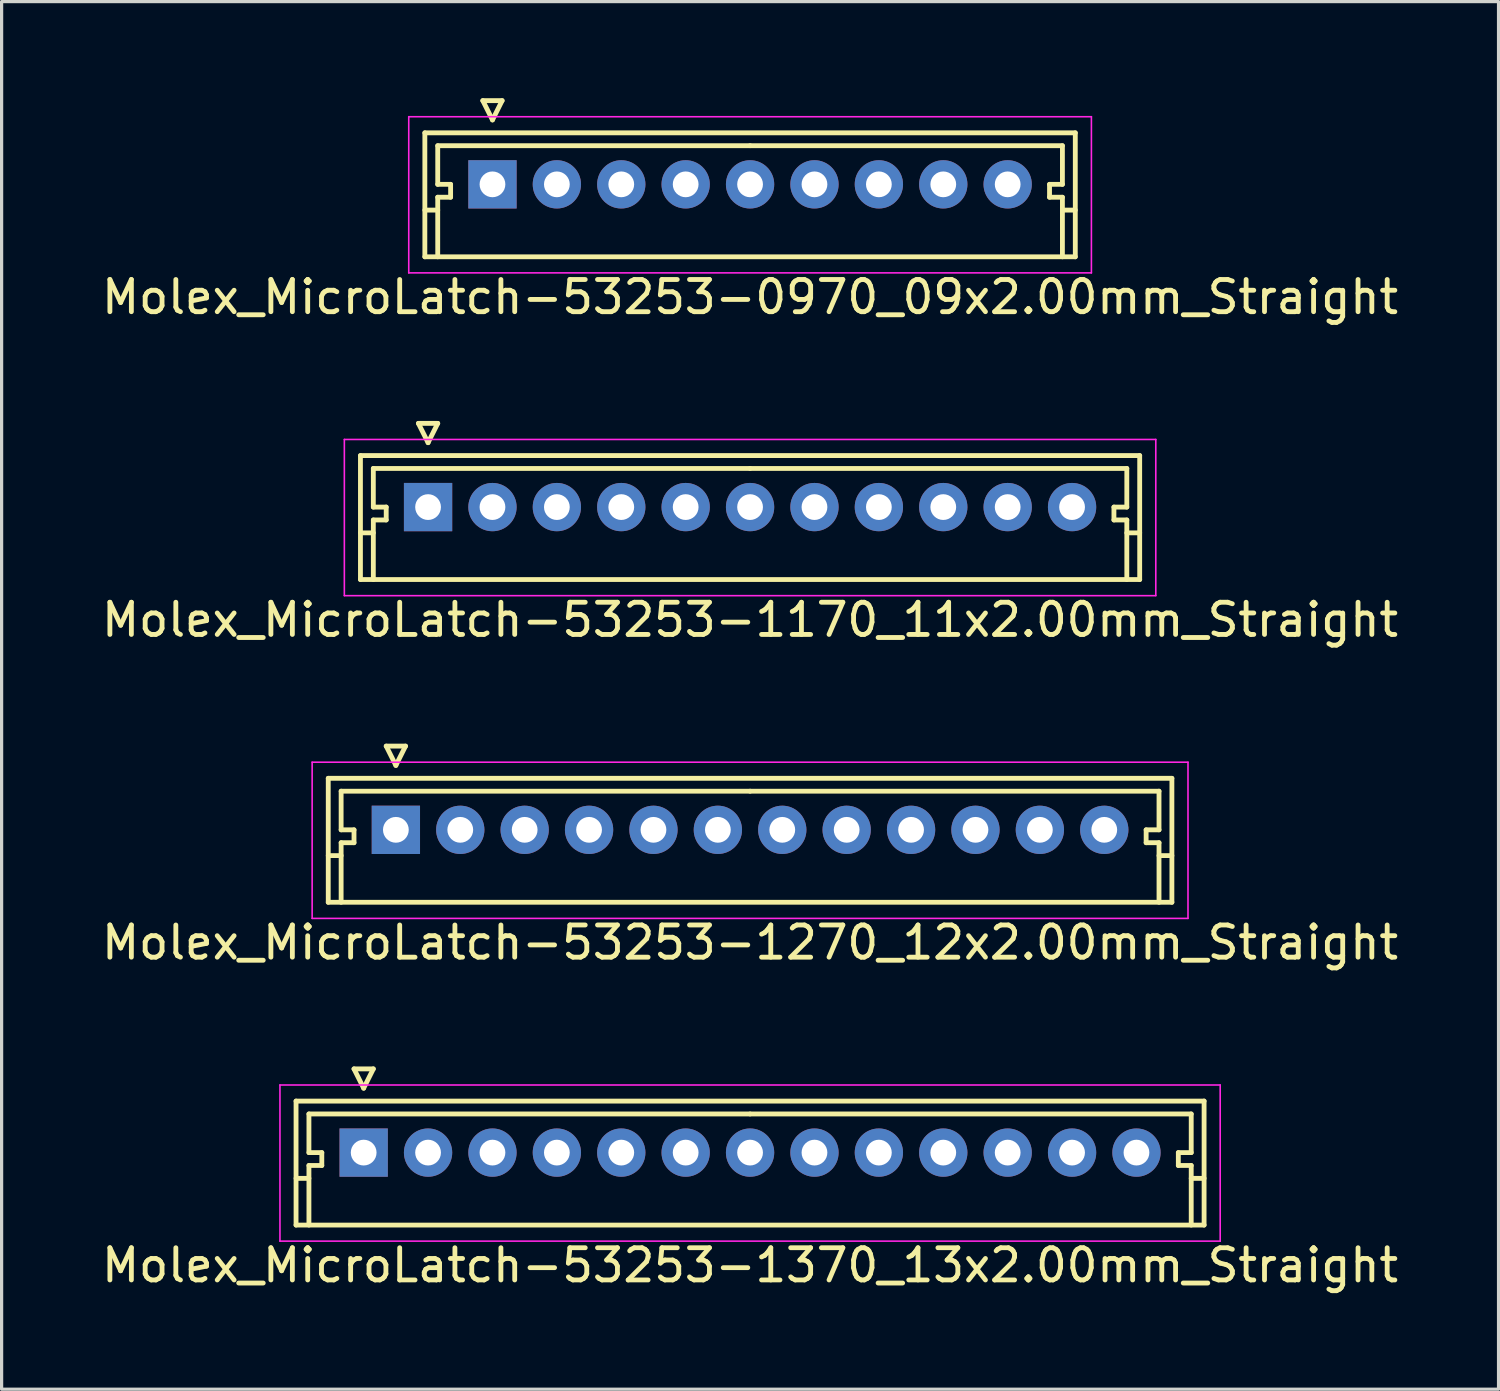
<source format=kicad_pcb>
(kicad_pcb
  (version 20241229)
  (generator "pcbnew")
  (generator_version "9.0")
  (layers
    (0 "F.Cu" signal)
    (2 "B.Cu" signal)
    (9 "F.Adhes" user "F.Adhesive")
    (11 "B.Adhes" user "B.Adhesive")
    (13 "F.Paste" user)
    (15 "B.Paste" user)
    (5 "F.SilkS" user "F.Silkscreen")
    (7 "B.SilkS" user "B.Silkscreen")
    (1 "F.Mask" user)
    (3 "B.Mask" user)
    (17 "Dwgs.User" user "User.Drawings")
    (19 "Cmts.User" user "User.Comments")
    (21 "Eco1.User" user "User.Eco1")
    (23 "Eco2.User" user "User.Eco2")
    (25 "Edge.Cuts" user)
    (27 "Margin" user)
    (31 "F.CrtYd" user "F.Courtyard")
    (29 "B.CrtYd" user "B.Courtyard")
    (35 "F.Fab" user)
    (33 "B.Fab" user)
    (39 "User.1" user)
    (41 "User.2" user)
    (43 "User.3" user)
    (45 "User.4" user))
  (footprint "Molex_MicroLatch-53253-1270_12x2.00mm_Straight"
    (layer "F.Cu")
    (at 9.244 22.721)
    (property "Reference" "Molex_MicroLatch-53253-1270_12x2.00mm_Straight" (at 11 3.5 0) (layer "F.SilkS") (effects (font (size 1 1) (thickness 0.15))))
    (attr through_hole)
    (fp_line (start -2.1 -1.6) (end -2.1 2.25) (stroke (width 0.15) (type solid)) (layer "F.SilkS"))
    (fp_line (start -2.1 0.8) (end -1.7 0.8) (stroke (width 0.15) (type solid)) (layer "F.SilkS"))
    (fp_line (start -2.1 2.25) (end 24.1 2.25) (stroke (width 0.15) (type solid)) (layer "F.SilkS"))
    (fp_line (start -1.7 -1.2) (end -1.7 0) (stroke (width 0.15) (type solid)) (layer "F.SilkS"))
    (fp_line (start -1.7 0) (end -1.3 0) (stroke (width 0.15) (type solid)) (layer "F.SilkS"))
    (fp_line (start -1.7 0.4) (end -1.7 2.25) (stroke (width 0.15) (type solid)) (layer "F.SilkS"))
    (fp_line (start -1.3 0) (end -1.3 0.4) (stroke (width 0.15) (type solid)) (layer "F.SilkS"))
    (fp_line (start -1.3 0.4) (end -1.7 0.4) (stroke (width 0.15) (type solid)) (layer "F.SilkS"))
    (fp_line (start -0.3 -2.6) (end 0.3 -2.6) (stroke (width 0.15) (type solid)) (layer "F.SilkS"))
    (fp_line (start 0 -2) (end -0.3 -2.6) (stroke (width 0.15) (type solid)) (layer "F.SilkS"))
    (fp_line (start 0.3 -2.6) (end 0 -2) (stroke (width 0.15) (type solid)) (layer "F.SilkS"))
    (fp_line (start 11 -1.2) (end -1.7 -1.2) (stroke (width 0.15) (type solid)) (layer "F.SilkS"))
    (fp_line (start 11 -1.2) (end 23.7 -1.2) (stroke (width 0.15) (type solid)) (layer "F.SilkS"))
    (fp_line (start 23.3 0) (end 23.3 0.4) (stroke (width 0.15) (type solid)) (layer "F.SilkS"))
    (fp_line (start 23.3 0.4) (end 23.7 0.4) (stroke (width 0.15) (type solid)) (layer "F.SilkS"))
    (fp_line (start 23.7 -1.2) (end 23.7 0) (stroke (width 0.15) (type solid)) (layer "F.SilkS"))
    (fp_line (start 23.7 0) (end 23.3 0) (stroke (width 0.15) (type solid)) (layer "F.SilkS"))
    (fp_line (start 23.7 0.4) (end 23.7 2.25) (stroke (width 0.15) (type solid)) (layer "F.SilkS"))
    (fp_line (start 24.1 -1.6) (end -2.1 -1.6) (stroke (width 0.15) (type solid)) (layer "F.SilkS"))
    (fp_line (start 24.1 0.8) (end 23.7 0.8) (stroke (width 0.15) (type solid)) (layer "F.SilkS"))
    (fp_line (start 24.1 2.25) (end 24.1 -1.6) (stroke (width 0.15) (type solid)) (layer "F.SilkS"))
    (fp_line (start -2.6 -2.1) (end -2.6 2.75) (stroke (width 0.05) (type solid)) (layer "F.CrtYd"))
    (fp_line (start -2.6 2.75) (end 24.6 2.75) (stroke (width 0.05) (type solid)) (layer "F.CrtYd"))
    (fp_line (start 24.6 -2.1) (end -2.6 -2.1) (stroke (width 0.05) (type solid)) (layer "F.CrtYd"))
    (fp_line (start 24.6 2.75) (end 24.6 -2.1) (stroke (width 0.05) (type solid)) (layer "F.CrtYd"))
    (pad "1" thru_hole rect (at 0 0) (size 1.5 1.5) (drill 0.8) (layers "*.Cu" "*.Mask"))
    (pad "2" thru_hole circle (at 2 0) (size 1.5 1.5) (drill 0.8) (layers "*.Cu" "*.Mask"))
    (pad "3" thru_hole circle (at 4 0) (size 1.5 1.5) (drill 0.8) (layers "*.Cu" "*.Mask"))
    (pad "4" thru_hole circle (at 6 0) (size 1.5 1.5) (drill 0.8) (layers "*.Cu" "*.Mask"))
    (pad "5" thru_hole circle (at 8 0) (size 1.5 1.5) (drill 0.8) (layers "*.Cu" "*.Mask"))
    (pad "6" thru_hole circle (at 10 0) (size 1.5 1.5) (drill 0.8) (layers "*.Cu" "*.Mask"))
    (pad "7" thru_hole circle (at 12 0) (size 1.5 1.5) (drill 0.8) (layers "*.Cu" "*.Mask"))
    (pad "8" thru_hole circle (at 14 0) (size 1.5 1.5) (drill 0.8) (layers "*.Cu" "*.Mask"))
    (pad "9" thru_hole circle (at 16 0) (size 1.5 1.5) (drill 0.8) (layers "*.Cu" "*.Mask"))
    (pad "10" thru_hole circle (at 18 0) (size 1.5 1.5) (drill 0.8) (layers "*.Cu" "*.Mask"))
    (pad "11" thru_hole circle (at 20 0) (size 1.5 1.5) (drill 0.8) (layers "*.Cu" "*.Mask"))
    (pad "12" thru_hole circle (at 22 0) (size 1.5 1.5) (drill 0.8) (layers "*.Cu" "*.Mask")))
  (footprint "Molex_MicroLatch-53253-1170_11x2.00mm_Straight"
    (layer "F.Cu")
    (at 10.244 12.698)
    (property "Reference" "Molex_MicroLatch-53253-1170_11x2.00mm_Straight" (at 10 3.5 0) (layer "F.SilkS") (effects (font (size 1 1) (thickness 0.15))))
    (attr through_hole)
    (fp_line (start -2.1 -1.6) (end -2.1 2.25) (stroke (width 0.15) (type solid)) (layer "F.SilkS"))
    (fp_line (start -2.1 0.8) (end -1.7 0.8) (stroke (width 0.15) (type solid)) (layer "F.SilkS"))
    (fp_line (start -2.1 2.25) (end 22.1 2.25) (stroke (width 0.15) (type solid)) (layer "F.SilkS"))
    (fp_line (start -1.7 -1.2) (end -1.7 0) (stroke (width 0.15) (type solid)) (layer "F.SilkS"))
    (fp_line (start -1.7 0) (end -1.3 0) (stroke (width 0.15) (type solid)) (layer "F.SilkS"))
    (fp_line (start -1.7 0.4) (end -1.7 2.25) (stroke (width 0.15) (type solid)) (layer "F.SilkS"))
    (fp_line (start -1.3 0) (end -1.3 0.4) (stroke (width 0.15) (type solid)) (layer "F.SilkS"))
    (fp_line (start -1.3 0.4) (end -1.7 0.4) (stroke (width 0.15) (type solid)) (layer "F.SilkS"))
    (fp_line (start -0.3 -2.6) (end 0.3 -2.6) (stroke (width 0.15) (type solid)) (layer "F.SilkS"))
    (fp_line (start 0 -2) (end -0.3 -2.6) (stroke (width 0.15) (type solid)) (layer "F.SilkS"))
    (fp_line (start 0.3 -2.6) (end 0 -2) (stroke (width 0.15) (type solid)) (layer "F.SilkS"))
    (fp_line (start 10 -1.2) (end -1.7 -1.2) (stroke (width 0.15) (type solid)) (layer "F.SilkS"))
    (fp_line (start 10 -1.2) (end 21.7 -1.2) (stroke (width 0.15) (type solid)) (layer "F.SilkS"))
    (fp_line (start 21.3 0) (end 21.3 0.4) (stroke (width 0.15) (type solid)) (layer "F.SilkS"))
    (fp_line (start 21.3 0.4) (end 21.7 0.4) (stroke (width 0.15) (type solid)) (layer "F.SilkS"))
    (fp_line (start 21.7 -1.2) (end 21.7 0) (stroke (width 0.15) (type solid)) (layer "F.SilkS"))
    (fp_line (start 21.7 0) (end 21.3 0) (stroke (width 0.15) (type solid)) (layer "F.SilkS"))
    (fp_line (start 21.7 0.4) (end 21.7 2.25) (stroke (width 0.15) (type solid)) (layer "F.SilkS"))
    (fp_line (start 22.1 -1.6) (end -2.1 -1.6) (stroke (width 0.15) (type solid)) (layer "F.SilkS"))
    (fp_line (start 22.1 0.8) (end 21.7 0.8) (stroke (width 0.15) (type solid)) (layer "F.SilkS"))
    (fp_line (start 22.1 2.25) (end 22.1 -1.6) (stroke (width 0.15) (type solid)) (layer "F.SilkS"))
    (fp_line (start -2.6 -2.1) (end -2.6 2.75) (stroke (width 0.05) (type solid)) (layer "F.CrtYd"))
    (fp_line (start -2.6 2.75) (end 22.6 2.75) (stroke (width 0.05) (type solid)) (layer "F.CrtYd"))
    (fp_line (start 22.6 -2.1) (end -2.6 -2.1) (stroke (width 0.05) (type solid)) (layer "F.CrtYd"))
    (fp_line (start 22.6 2.75) (end 22.6 -2.1) (stroke (width 0.05) (type solid)) (layer "F.CrtYd"))
    (pad "1" thru_hole rect (at 0 0) (size 1.5 1.5) (drill 0.8) (layers "*.Cu" "*.Mask"))
    (pad "2" thru_hole circle (at 2 0) (size 1.5 1.5) (drill 0.8) (layers "*.Cu" "*.Mask"))
    (pad "3" thru_hole circle (at 4 0) (size 1.5 1.5) (drill 0.8) (layers "*.Cu" "*.Mask"))
    (pad "4" thru_hole circle (at 6 0) (size 1.5 1.5) (drill 0.8) (layers "*.Cu" "*.Mask"))
    (pad "5" thru_hole circle (at 8 0) (size 1.5 1.5) (drill 0.8) (layers "*.Cu" "*.Mask"))
    (pad "6" thru_hole circle (at 10 0) (size 1.5 1.5) (drill 0.8) (layers "*.Cu" "*.Mask"))
    (pad "7" thru_hole circle (at 12 0) (size 1.5 1.5) (drill 0.8) (layers "*.Cu" "*.Mask"))
    (pad "8" thru_hole circle (at 14 0) (size 1.5 1.5) (drill 0.8) (layers "*.Cu" "*.Mask"))
    (pad "9" thru_hole circle (at 16 0) (size 1.5 1.5) (drill 0.8) (layers "*.Cu" "*.Mask"))
    (pad "10" thru_hole circle (at 18 0) (size 1.5 1.5) (drill 0.8) (layers "*.Cu" "*.Mask"))
    (pad "11" thru_hole circle (at 20 0) (size 1.5 1.5) (drill 0.8) (layers "*.Cu" "*.Mask")))
  (footprint "Molex_MicroLatch-53253-1370_13x2.00mm_Straight"
    (layer "F.Cu")
    (at 8.244 32.745)
    (property "Reference" "Molex_MicroLatch-53253-1370_13x2.00mm_Straight" (at 12 3.5 0) (layer "F.SilkS") (effects (font (size 1 1) (thickness 0.15))))
    (attr through_hole)
    (fp_line (start -2.1 -1.6) (end -2.1 2.25) (stroke (width 0.15) (type solid)) (layer "F.SilkS"))
    (fp_line (start -2.1 0.8) (end -1.7 0.8) (stroke (width 0.15) (type solid)) (layer "F.SilkS"))
    (fp_line (start -2.1 2.25) (end 26.1 2.25) (stroke (width 0.15) (type solid)) (layer "F.SilkS"))
    (fp_line (start -1.7 -1.2) (end -1.7 0) (stroke (width 0.15) (type solid)) (layer "F.SilkS"))
    (fp_line (start -1.7 0) (end -1.3 0) (stroke (width 0.15) (type solid)) (layer "F.SilkS"))
    (fp_line (start -1.7 0.4) (end -1.7 2.25) (stroke (width 0.15) (type solid)) (layer "F.SilkS"))
    (fp_line (start -1.3 0) (end -1.3 0.4) (stroke (width 0.15) (type solid)) (layer "F.SilkS"))
    (fp_line (start -1.3 0.4) (end -1.7 0.4) (stroke (width 0.15) (type solid)) (layer "F.SilkS"))
    (fp_line (start -0.3 -2.6) (end 0.3 -2.6) (stroke (width 0.15) (type solid)) (layer "F.SilkS"))
    (fp_line (start 0 -2) (end -0.3 -2.6) (stroke (width 0.15) (type solid)) (layer "F.SilkS"))
    (fp_line (start 0.3 -2.6) (end 0 -2) (stroke (width 0.15) (type solid)) (layer "F.SilkS"))
    (fp_line (start 12 -1.2) (end -1.7 -1.2) (stroke (width 0.15) (type solid)) (layer "F.SilkS"))
    (fp_line (start 12 -1.2) (end 25.7 -1.2) (stroke (width 0.15) (type solid)) (layer "F.SilkS"))
    (fp_line (start 25.3 0) (end 25.3 0.4) (stroke (width 0.15) (type solid)) (layer "F.SilkS"))
    (fp_line (start 25.3 0.4) (end 25.7 0.4) (stroke (width 0.15) (type solid)) (layer "F.SilkS"))
    (fp_line (start 25.7 -1.2) (end 25.7 0) (stroke (width 0.15) (type solid)) (layer "F.SilkS"))
    (fp_line (start 25.7 0) (end 25.3 0) (stroke (width 0.15) (type solid)) (layer "F.SilkS"))
    (fp_line (start 25.7 0.4) (end 25.7 2.25) (stroke (width 0.15) (type solid)) (layer "F.SilkS"))
    (fp_line (start 26.1 -1.6) (end -2.1 -1.6) (stroke (width 0.15) (type solid)) (layer "F.SilkS"))
    (fp_line (start 26.1 0.8) (end 25.7 0.8) (stroke (width 0.15) (type solid)) (layer "F.SilkS"))
    (fp_line (start 26.1 2.25) (end 26.1 -1.6) (stroke (width 0.15) (type solid)) (layer "F.SilkS"))
    (fp_line (start -2.6 -2.1) (end -2.6 2.75) (stroke (width 0.05) (type solid)) (layer "F.CrtYd"))
    (fp_line (start -2.6 2.75) (end 26.6 2.75) (stroke (width 0.05) (type solid)) (layer "F.CrtYd"))
    (fp_line (start 26.6 -2.1) (end -2.6 -2.1) (stroke (width 0.05) (type solid)) (layer "F.CrtYd"))
    (fp_line (start 26.6 2.75) (end 26.6 -2.1) (stroke (width 0.05) (type solid)) (layer "F.CrtYd"))
    (pad "1" thru_hole rect (at 0 0) (size 1.5 1.5) (drill 0.8) (layers "*.Cu" "*.Mask"))
    (pad "2" thru_hole circle (at 2 0) (size 1.5 1.5) (drill 0.8) (layers "*.Cu" "*.Mask"))
    (pad "3" thru_hole circle (at 4 0) (size 1.5 1.5) (drill 0.8) (layers "*.Cu" "*.Mask"))
    (pad "4" thru_hole circle (at 6 0) (size 1.5 1.5) (drill 0.8) (layers "*.Cu" "*.Mask"))
    (pad "5" thru_hole circle (at 8 0) (size 1.5 1.5) (drill 0.8) (layers "*.Cu" "*.Mask"))
    (pad "6" thru_hole circle (at 10 0) (size 1.5 1.5) (drill 0.8) (layers "*.Cu" "*.Mask"))
    (pad "7" thru_hole circle (at 12 0) (size 1.5 1.5) (drill 0.8) (layers "*.Cu" "*.Mask"))
    (pad "8" thru_hole circle (at 14 0) (size 1.5 1.5) (drill 0.8) (layers "*.Cu" "*.Mask"))
    (pad "9" thru_hole circle (at 16 0) (size 1.5 1.5) (drill 0.8) (layers "*.Cu" "*.Mask"))
    (pad "10" thru_hole circle (at 18 0) (size 1.5 1.5) (drill 0.8) (layers "*.Cu" "*.Mask"))
    (pad "11" thru_hole circle (at 20 0) (size 1.5 1.5) (drill 0.8) (layers "*.Cu" "*.Mask"))
    (pad "12" thru_hole circle (at 22 0) (size 1.5 1.5) (drill 0.8) (layers "*.Cu" "*.Mask"))
    (pad "13" thru_hole circle (at 24 0) (size 1.5 1.5) (drill 0.8) (layers "*.Cu" "*.Mask")))
  (footprint "Molex_MicroLatch-53253-0970_09x2.00mm_Straight"
    (layer "F.Cu")
    (at 12.244 2.675)
    (property "Reference" "Molex_MicroLatch-53253-0970_09x2.00mm_Straight" (at 8 3.5 0) (layer "F.SilkS") (effects (font (size 1 1) (thickness 0.15))))
    (attr through_hole)
    (fp_line (start -2.1 -1.6) (end -2.1 2.25) (stroke (width 0.15) (type solid)) (layer "F.SilkS"))
    (fp_line (start -2.1 0.8) (end -1.7 0.8) (stroke (width 0.15) (type solid)) (layer "F.SilkS"))
    (fp_line (start -2.1 2.25) (end 18.1 2.25) (stroke (width 0.15) (type solid)) (layer "F.SilkS"))
    (fp_line (start -1.7 -1.2) (end -1.7 0) (stroke (width 0.15) (type solid)) (layer "F.SilkS"))
    (fp_line (start -1.7 0) (end -1.3 0) (stroke (width 0.15) (type solid)) (layer "F.SilkS"))
    (fp_line (start -1.7 0.4) (end -1.7 2.25) (stroke (width 0.15) (type solid)) (layer "F.SilkS"))
    (fp_line (start -1.3 0) (end -1.3 0.4) (stroke (width 0.15) (type solid)) (layer "F.SilkS"))
    (fp_line (start -1.3 0.4) (end -1.7 0.4) (stroke (width 0.15) (type solid)) (layer "F.SilkS"))
    (fp_line (start -0.3 -2.6) (end 0.3 -2.6) (stroke (width 0.15) (type solid)) (layer "F.SilkS"))
    (fp_line (start 0 -2) (end -0.3 -2.6) (stroke (width 0.15) (type solid)) (layer "F.SilkS"))
    (fp_line (start 0.3 -2.6) (end 0 -2) (stroke (width 0.15) (type solid)) (layer "F.SilkS"))
    (fp_line (start 8 -1.2) (end -1.7 -1.2) (stroke (width 0.15) (type solid)) (layer "F.SilkS"))
    (fp_line (start 8 -1.2) (end 17.7 -1.2) (stroke (width 0.15) (type solid)) (layer "F.SilkS"))
    (fp_line (start 17.3 0) (end 17.3 0.4) (stroke (width 0.15) (type solid)) (layer "F.SilkS"))
    (fp_line (start 17.3 0.4) (end 17.7 0.4) (stroke (width 0.15) (type solid)) (layer "F.SilkS"))
    (fp_line (start 17.7 -1.2) (end 17.7 0) (stroke (width 0.15) (type solid)) (layer "F.SilkS"))
    (fp_line (start 17.7 0) (end 17.3 0) (stroke (width 0.15) (type solid)) (layer "F.SilkS"))
    (fp_line (start 17.7 0.4) (end 17.7 2.25) (stroke (width 0.15) (type solid)) (layer "F.SilkS"))
    (fp_line (start 18.1 -1.6) (end -2.1 -1.6) (stroke (width 0.15) (type solid)) (layer "F.SilkS"))
    (fp_line (start 18.1 0.8) (end 17.7 0.8) (stroke (width 0.15) (type solid)) (layer "F.SilkS"))
    (fp_line (start 18.1 2.25) (end 18.1 -1.6) (stroke (width 0.15) (type solid)) (layer "F.SilkS"))
    (fp_line (start -2.6 -2.1) (end -2.6 2.75) (stroke (width 0.05) (type solid)) (layer "F.CrtYd"))
    (fp_line (start -2.6 2.75) (end 18.6 2.75) (stroke (width 0.05) (type solid)) (layer "F.CrtYd"))
    (fp_line (start 18.6 -2.1) (end -2.6 -2.1) (stroke (width 0.05) (type solid)) (layer "F.CrtYd"))
    (fp_line (start 18.6 2.75) (end 18.6 -2.1) (stroke (width 0.05) (type solid)) (layer "F.CrtYd"))
    (pad "1" thru_hole rect (at 0 0) (size 1.5 1.5) (drill 0.8) (layers "*.Cu" "*.Mask"))
    (pad "2" thru_hole circle (at 2 0) (size 1.5 1.5) (drill 0.8) (layers "*.Cu" "*.Mask"))
    (pad "3" thru_hole circle (at 4 0) (size 1.5 1.5) (drill 0.8) (layers "*.Cu" "*.Mask"))
    (pad "4" thru_hole circle (at 6 0) (size 1.5 1.5) (drill 0.8) (layers "*.Cu" "*.Mask"))
    (pad "5" thru_hole circle (at 8 0) (size 1.5 1.5) (drill 0.8) (layers "*.Cu" "*.Mask"))
    (pad "6" thru_hole circle (at 10 0) (size 1.5 1.5) (drill 0.8) (layers "*.Cu" "*.Mask"))
    (pad "7" thru_hole circle (at 12 0) (size 1.5 1.5) (drill 0.8) (layers "*.Cu" "*.Mask"))
    (pad "8" thru_hole circle (at 14 0) (size 1.5 1.5) (drill 0.8) (layers "*.Cu" "*.Mask"))
    (pad "9" thru_hole circle (at 16 0) (size 1.5 1.5) (drill 0.8) (layers "*.Cu" "*.Mask")))
  (gr_rect
    (start -3 -3)
    (end 43.488 40.093)
    (stroke (width 0.1) (type default))
    (fill no)
    (layer "Edge.Cuts")))
</source>
